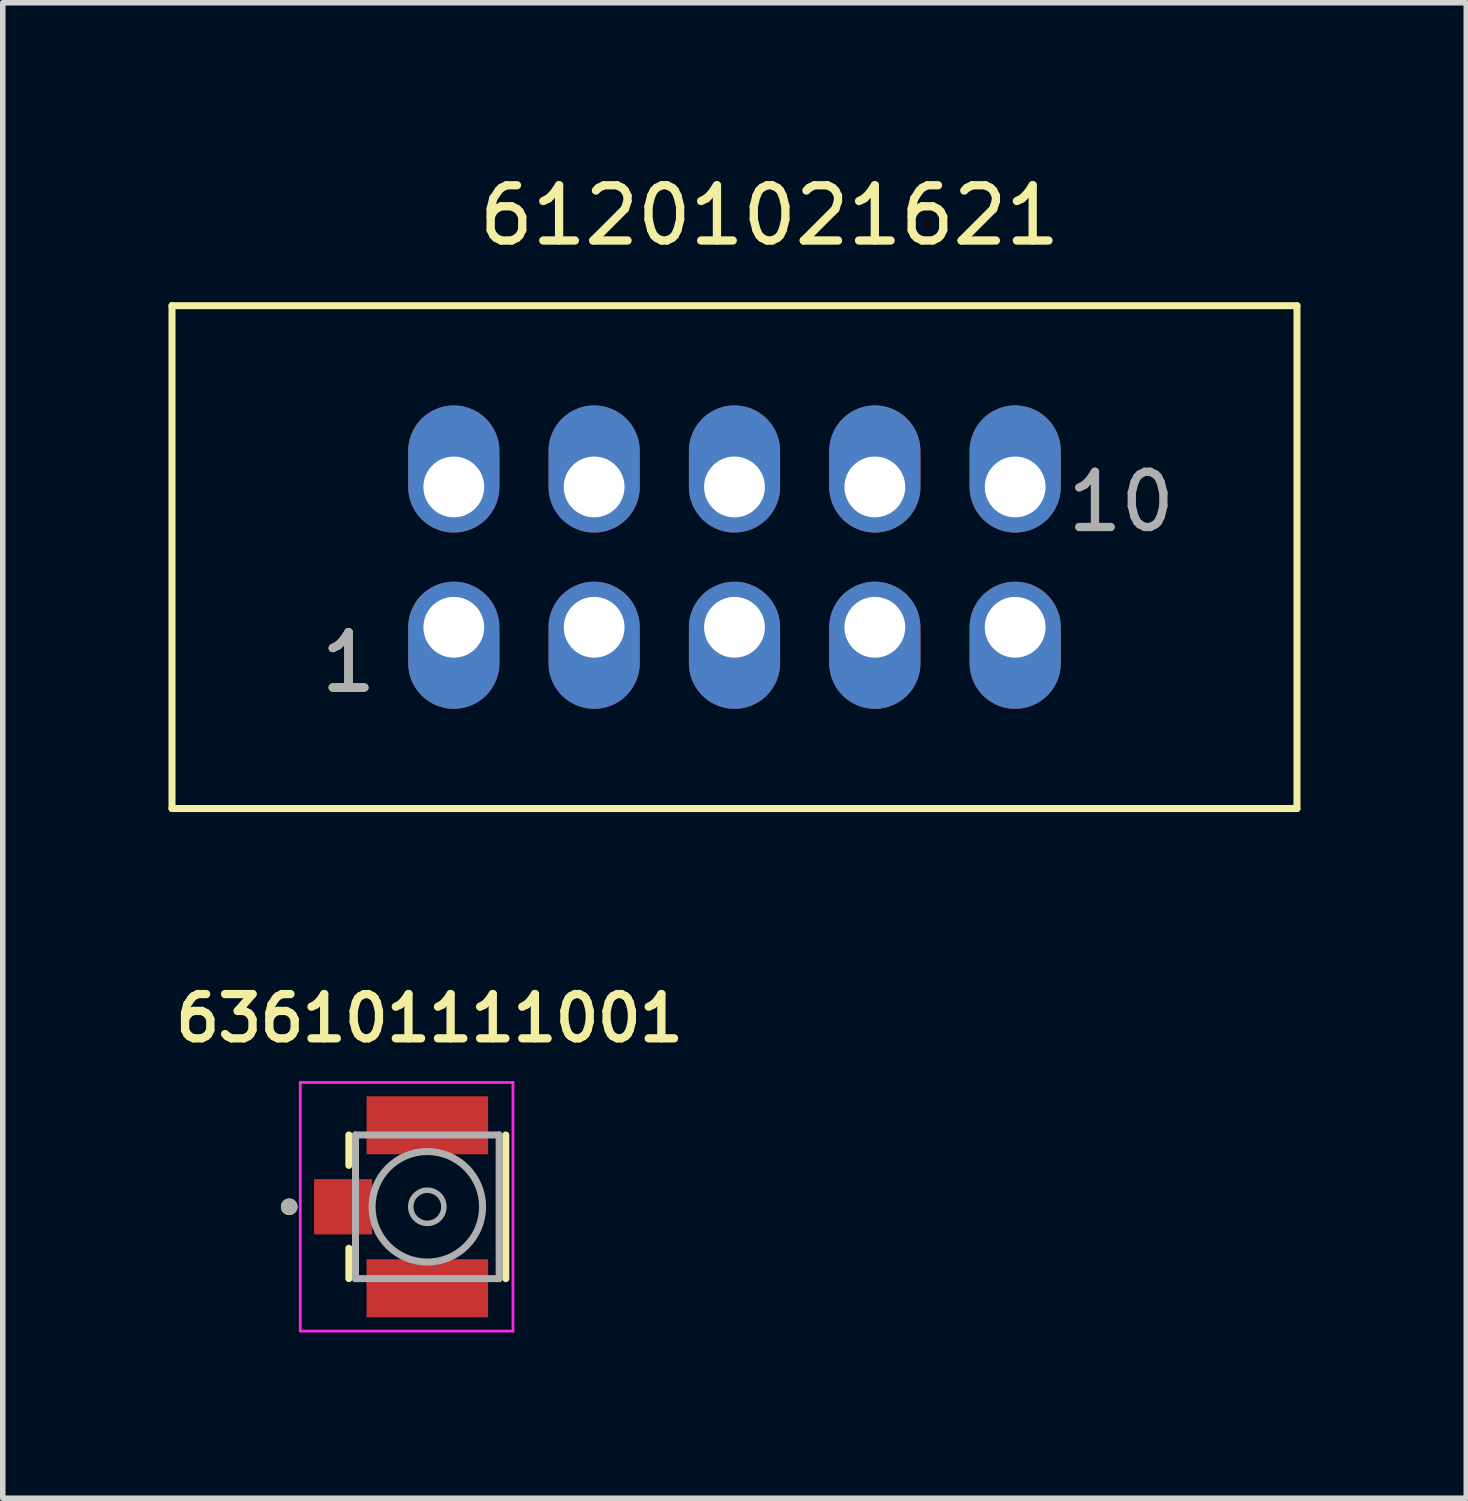
<source format=kicad_pcb>
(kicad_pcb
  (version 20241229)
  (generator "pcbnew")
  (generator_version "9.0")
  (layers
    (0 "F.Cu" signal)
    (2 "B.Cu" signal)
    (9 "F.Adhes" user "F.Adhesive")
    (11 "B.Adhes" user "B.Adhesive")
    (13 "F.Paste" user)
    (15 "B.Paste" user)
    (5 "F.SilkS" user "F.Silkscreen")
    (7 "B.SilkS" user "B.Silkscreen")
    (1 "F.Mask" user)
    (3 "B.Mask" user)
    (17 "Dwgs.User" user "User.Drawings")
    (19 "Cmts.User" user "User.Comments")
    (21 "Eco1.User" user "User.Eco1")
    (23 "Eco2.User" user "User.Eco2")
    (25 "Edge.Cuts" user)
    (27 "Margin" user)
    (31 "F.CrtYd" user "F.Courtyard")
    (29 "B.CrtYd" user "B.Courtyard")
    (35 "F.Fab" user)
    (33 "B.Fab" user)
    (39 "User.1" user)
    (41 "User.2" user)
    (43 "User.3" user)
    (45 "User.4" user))
  (footprint "61201021621"
    (layer "F.Cu")
    (at 10.243 7.033)
    (property "Reference" "61201021621" (at 0.635 -6.185 0) (layer "F.SilkS") (effects (font (size 1 1) (thickness 0.15))))
    (attr through_hole)
    (fp_line (start -10.18 -4.55) (end 10.18 -4.55) (stroke (width 0.127) (type solid)) (layer "F.SilkS"))
    (fp_line (start -10.18 4.55) (end -10.18 -4.55) (stroke (width 0.127) (type solid)) (layer "F.SilkS"))
    (fp_line (start 10.18 -4.55) (end 10.18 4.55) (stroke (width 0.127) (type solid)) (layer "F.SilkS"))
    (fp_line (start 10.18 4.55) (end -10.18 4.55) (stroke (width 0.127) (type solid)) (layer "F.SilkS"))
    (fp_text user "1" (at -6.985 1.905 0) (layer "F.SilkS") (effects (font (size 1 1) (thickness 0.15))))
    (fp_text user "1" (at -6.985 1.905 0) (layer "F.Fab") (effects (font (size 1 1) (thickness 0.15))))
    (fp_text user "10" (at 7 -1 0) (layer "F.Fab") (effects (font (size 1 1) (thickness 0.15))))
    (pad "1" thru_hole oval (at -5.08 1.27) (size 1.65 2.3) (drill 1.1 (offset 0 0.325)) (layers "*.Cu" "*.Mask"))
    (pad "2" thru_hole oval (at -5.08 -1.27) (size 1.65 2.3) (drill 1.1 (offset 0 -0.325)) (layers "*.Cu" "*.Mask"))
    (pad "3" thru_hole oval (at -2.54 1.27) (size 1.65 2.3) (drill 1.1 (offset 0 0.325)) (layers "*.Cu" "*.Mask"))
    (pad "4" thru_hole oval (at -2.54 -1.27) (size 1.65 2.3) (drill 1.1 (offset 0 -0.325)) (layers "*.Cu" "*.Mask"))
    (pad "5" thru_hole oval (at 0 1.27) (size 1.65 2.3) (drill 1.1 (offset 0 0.325)) (layers "*.Cu" "*.Mask"))
    (pad "6" thru_hole oval (at 0 -1.27) (size 1.65 2.3) (drill 1.1 (offset 0 -0.325)) (layers "*.Cu" "*.Mask"))
    (pad "7" thru_hole oval (at 2.54 1.27) (size 1.65 2.3) (drill 1.1 (offset 0 0.325)) (layers "*.Cu" "*.Mask"))
    (pad "8" thru_hole oval (at 2.54 -1.27) (size 1.65 2.3) (drill 1.1 (offset 0 -0.325)) (layers "*.Cu" "*.Mask"))
    (pad "9" thru_hole oval (at 5.08 1.27) (size 1.65 2.3) (drill 1.1 (offset 0 0.325)) (layers "*.Cu" "*.Mask"))
    (pad "10" thru_hole oval (at 5.08 -1.27) (size 1.65 2.3) (drill 1.1 (offset 0 -0.325)) (layers "*.Cu" "*.Mask")))
  (footprint "636101111001"
    (layer "F.Cu")
    (at 4.684 18.791)
    (property "Reference" "636101111001" (at 0.04 -3.412 0) (layer "F.SilkS") (effects (font (size 0.801 0.801) (thickness 0.15))))
    (attr smd)
    (fp_line (start -1.42 -1.3) (end -1.42 -0.75) (stroke (width 0.127) (type solid)) (layer "F.SilkS"))
    (fp_line (start -1.42 0.75) (end -1.42 1.3) (stroke (width 0.127) (type solid)) (layer "F.SilkS"))
    (fp_line (start 1.42 -1.3) (end 1.42 1.3) (stroke (width 0.127) (type solid)) (layer "F.SilkS"))
    (fp_circle (center -2.5 0) (end -2.425 0) (stroke (width 0.15) (type solid)) (fill no) (layer "F.SilkS"))
    (fp_line (start -2.3 -2.25) (end 1.55 -2.25) (stroke (width 0.05) (type solid)) (layer "F.CrtYd"))
    (fp_line (start -2.3 2.25) (end -2.3 -2.25) (stroke (width 0.05) (type solid)) (layer "F.CrtYd"))
    (fp_line (start 1.55 -2.25) (end 1.55 2.25) (stroke (width 0.05) (type solid)) (layer "F.CrtYd"))
    (fp_line (start 1.55 2.25) (end -2.3 2.25) (stroke (width 0.05) (type solid)) (layer "F.CrtYd"))
    (fp_line (start -1.3 -1.3) (end -1.3 1.3) (stroke (width 0.127) (type solid)) (layer "F.Fab"))
    (fp_line (start 1.3 -1.3) (end -1.3 -1.3) (stroke (width 0.127) (type solid)) (layer "F.Fab"))
    (fp_line (start 1.3 -1.3) (end 1.3 1.3) (stroke (width 0.127) (type solid)) (layer "F.Fab"))
    (fp_line (start 1.3 1.3) (end -1.3 1.3) (stroke (width 0.127) (type solid)) (layer "F.Fab"))
    (fp_circle (center -2.5 0) (end -2.425 0) (stroke (width 0.15) (type solid)) (fill no) (layer "F.Fab"))
    (fp_circle (center 0 0) (end 0.3 0) (stroke (width 0.1) (type solid)) (fill no) (layer "F.Fab"))
    (fp_circle (center 0 0) (end 1 0) (stroke (width 0.127) (type solid)) (fill no) (layer "F.Fab"))
    (pad "1" smd rect (at -1.525 0) (size 1.05 1) (layers "F.Cu" "F.Mask" "F.Paste"))
    (pad "2" smd rect (at 0 -1.475) (size 2.2 1.05) (layers "F.Cu" "F.Mask" "F.Paste"))
    (pad "3" smd rect (at 0 1.475) (size 2.2 1.05) (layers "F.Cu" "F.Mask" "F.Paste"))
    (zone (net_name "") (layer "F.Cu") (hatch full 0.508) (connect_pads) (min_thickness 0.01) (filled_areas_thickness no) (keepout (tracks not_allowed) (vias not_allowed) (pads not_allowed) (copperpour not_allowed) (footprints allowed)) (placement (enabled no)) (fill) (polygon (pts (xy 3.684 17.841) (xy 5.984 17.841) (xy 5.984 19.741) (xy 3.684 19.741))))
    (zone (net_name "") (layers "F.Cu" "B.Cu") (hatch full 0.508) (connect_pads) (min_thickness 0.01) (filled_areas_thickness no) (keepout (tracks allowed) (vias not_allowed) (pads allowed) (copperpour allowed) (footprints allowed)) (placement (enabled no)) (fill) (polygon (pts (xy 3.684 17.841) (xy 5.984 17.841) (xy 5.984 19.741) (xy 3.684 19.741)))))
  (gr_rect
    (start -3 -3)
    (end 23.487 24.066)
    (stroke (width 0.1) (type default))
    (fill no)
    (layer "Edge.Cuts")))
</source>
